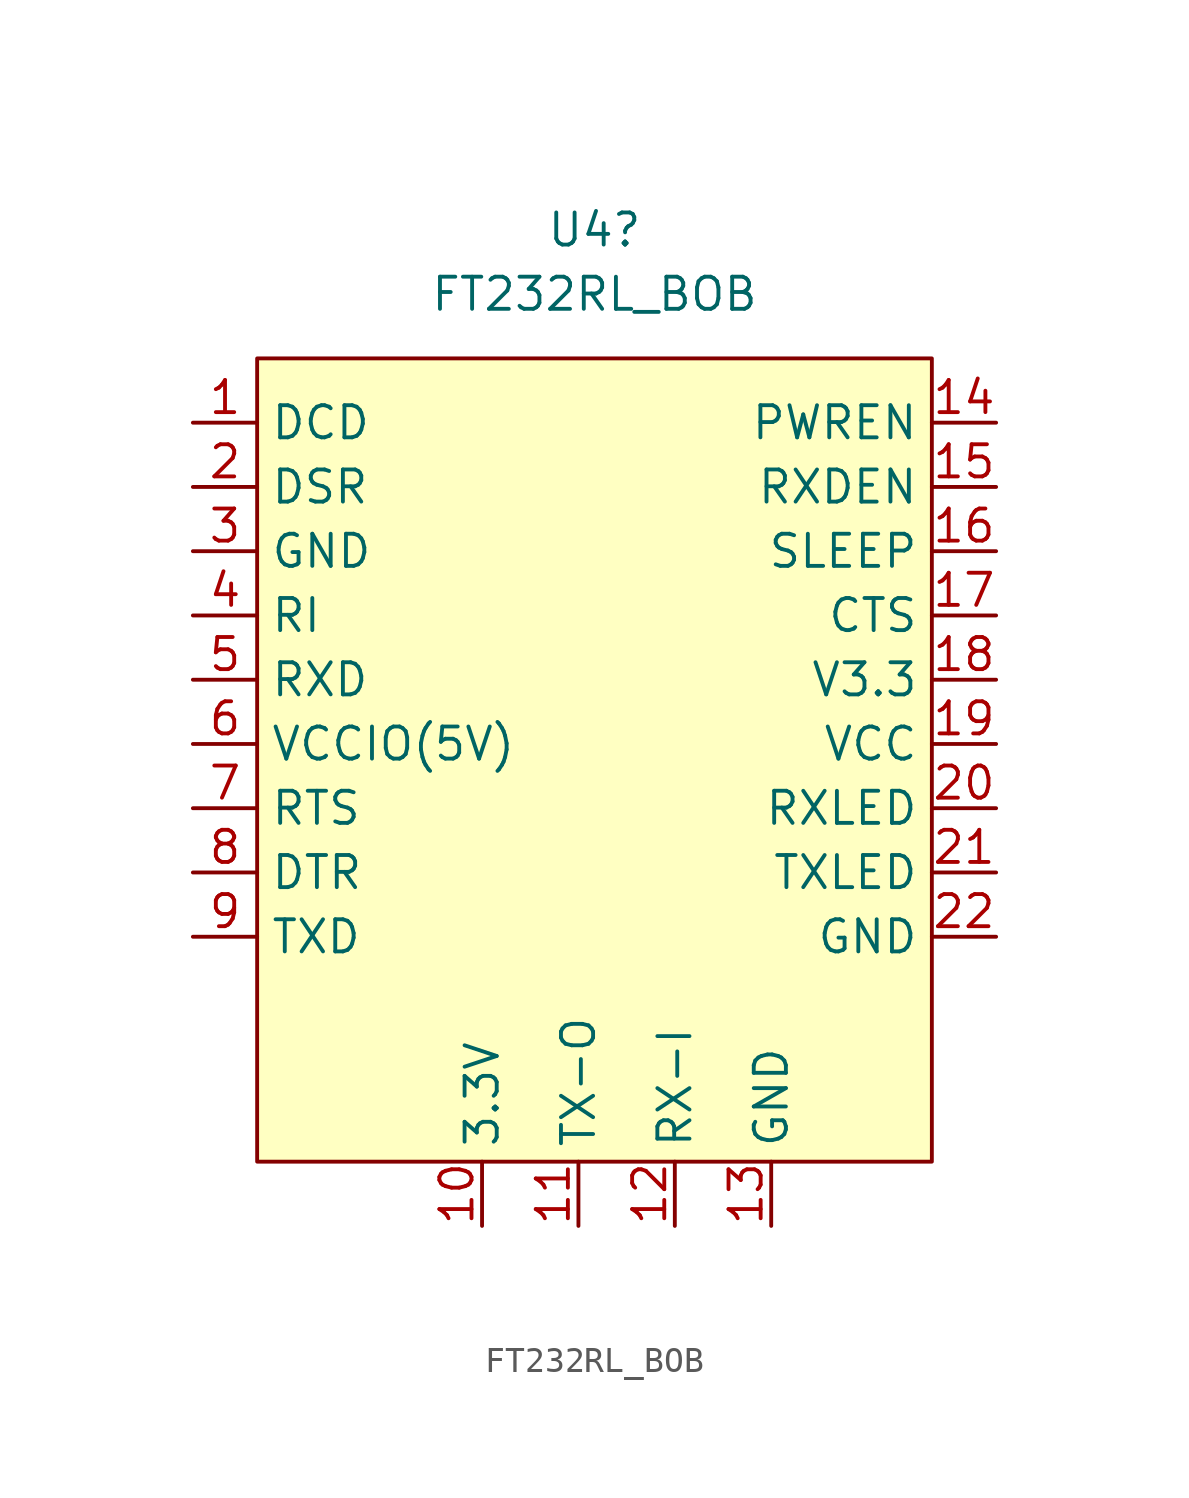
<source format=kicad_sym>
(kicad_symbol_lib
  (version 20211014)
  (generator kicad_symbol_editor)
  (symbol "FT232RL_BOB"
    (property "Reference" "U4"
      (at 3.175 5.08 0)
      (effects (font (size 1.27 1.27))))
    (property "Value" "FT232RL_BOB"
      (at 3.175 2.54 0)
      (effects (font (size 1.27 1.27))))
    (symbol "FT232RL_BOB_0_1"
      (rectangle (start 16.51 -31.75) (end -10.16 0) (stroke (width 0) (type default) (color 0 0 0 0)) (fill (type background))))
    (symbol "FT232RL_BOB_1_1"
      (pin bidirectional line (at -12.7 -2.54 0) (length 2.54) (name "DCD" (effects (font (size 1.27 1.27)))) (number "1" (effects (font (size 1.27 1.27)))))
      (pin power_out line (at -1.27 -34.29 90) (length 2.54) (name "3.3V" (effects (font (size 1.27 1.27)))) (number "10" (effects (font (size 1.27 1.27)))))
      (pin bidirectional line (at 2.54 -34.29 90) (length 2.54) (name "TX-O" (effects (font (size 1.27 1.27)))) (number "11" (effects (font (size 1.27 1.27)))))
      (pin bidirectional line (at 6.35 -34.29 90) (length 2.54) (name "RX-I" (effects (font (size 1.27 1.27)))) (number "12" (effects (font (size 1.27 1.27)))))
      (pin bidirectional line (at 10.16 -34.29 90) (length 2.54) (name "GND" (effects (font (size 1.27 1.27)))) (number "13" (effects (font (size 1.27 1.27)))))
      (pin bidirectional line (at 19.05 -2.54 180) (length 2.54) (name "PWREN" (effects (font (size 1.27 1.27)))) (number "14" (effects (font (size 1.27 1.27)))))
      (pin bidirectional line (at 19.05 -5.08 180) (length 2.54) (name "RXDEN" (effects (font (size 1.27 1.27)))) (number "15" (effects (font (size 1.27 1.27)))))
      (pin bidirectional line (at 19.05 -7.62 180) (length 2.54) (name "SLEEP" (effects (font (size 1.27 1.27)))) (number "16" (effects (font (size 1.27 1.27)))))
      (pin bidirectional line (at 19.05 -10.16 180) (length 2.54) (name "CTS" (effects (font (size 1.27 1.27)))) (number "17" (effects (font (size 1.27 1.27)))))
      (pin bidirectional line (at 19.05 -12.7 180) (length 2.54) (name "V3.3" (effects (font (size 1.27 1.27)))) (number "18" (effects (font (size 1.27 1.27)))))
      (pin bidirectional line (at 19.05 -15.24 180) (length 2.54) (name "VCC" (effects (font (size 1.27 1.27)))) (number "19" (effects (font (size 1.27 1.27)))))
      (pin bidirectional line (at -12.7 -5.08 0) (length 2.54) (name "DSR" (effects (font (size 1.27 1.27)))) (number "2" (effects (font (size 1.27 1.27)))))
      (pin bidirectional line (at 19.05 -17.78 180) (length 2.54) (name "RXLED" (effects (font (size 1.27 1.27)))) (number "20" (effects (font (size 1.27 1.27)))))
      (pin bidirectional line (at 19.05 -20.32 180) (length 2.54) (name "TXLED" (effects (font (size 1.27 1.27)))) (number "21" (effects (font (size 1.27 1.27)))))
      (pin bidirectional line (at 19.05 -22.86 180) (length 2.54) (name "GND" (effects (font (size 1.27 1.27)))) (number "22" (effects (font (size 1.27 1.27)))))
      (pin bidirectional line (at -12.7 -7.62 0) (length 2.54) (name "GND" (effects (font (size 1.27 1.27)))) (number "3" (effects (font (size 1.27 1.27)))))
      (pin bidirectional line (at -12.7 -10.16 0) (length 2.54) (name "RI" (effects (font (size 1.27 1.27)))) (number "4" (effects (font (size 1.27 1.27)))))
      (pin bidirectional line (at -12.7 -12.7 0) (length 2.54) (name "RXD" (effects (font (size 1.27 1.27)))) (number "5" (effects (font (size 1.27 1.27)))))
      (pin power_in line (at -12.7 -15.24 0) (length 2.54) (name "VCCIO(5V)" (effects (font (size 1.27 1.27)))) (number "6" (effects (font (size 1.27 1.27)))))
      (pin bidirectional line (at -12.7 -17.78 0) (length 2.54) (name "RTS" (effects (font (size 1.27 1.27)))) (number "7" (effects (font (size 1.27 1.27)))))
      (pin bidirectional line (at -12.7 -20.32 0) (length 2.54) (name "DTR" (effects (font (size 1.27 1.27)))) (number "8" (effects (font (size 1.27 1.27)))))
      (pin bidirectional line (at -12.7 -22.86 0) (length 2.54) (name "TXD" (effects (font (size 1.27 1.27)))) (number "9" (effects (font (size 1.27 1.27))))))))
</source>
